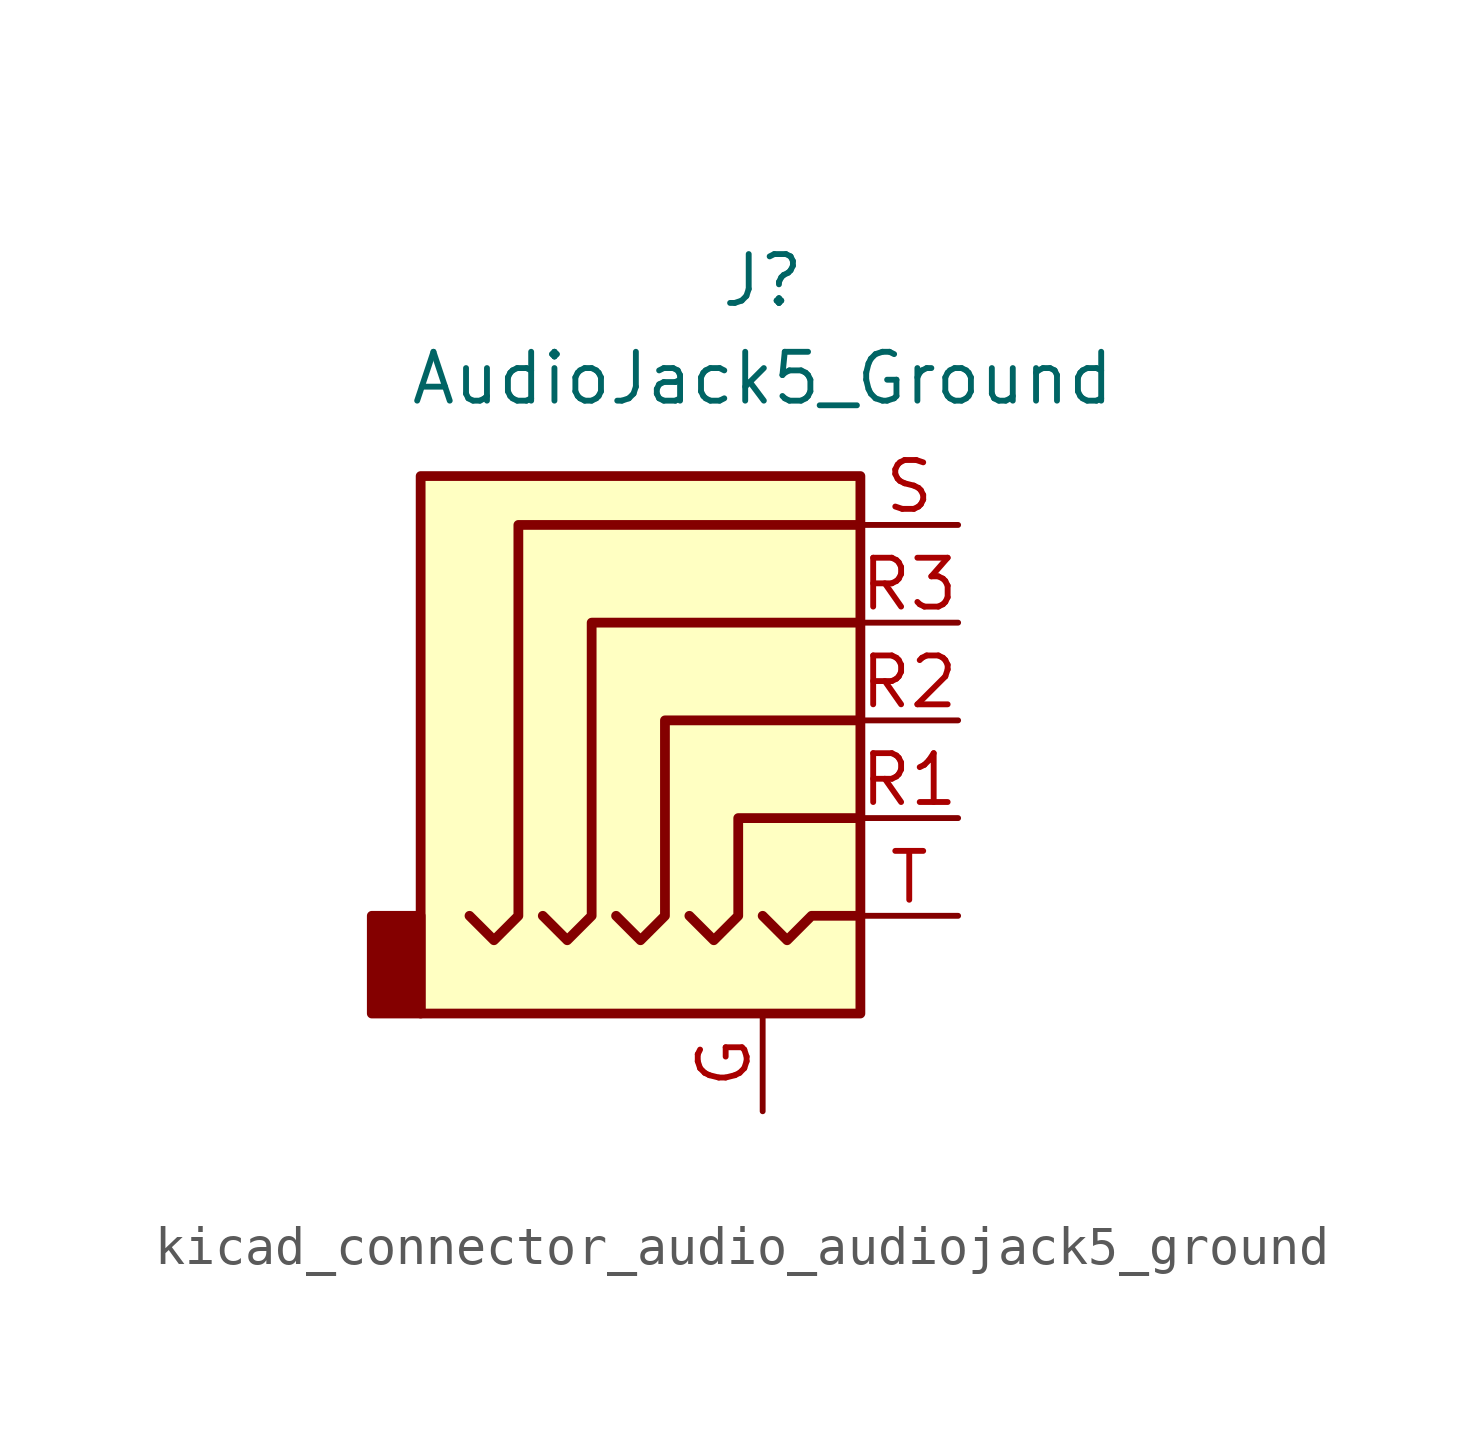
<source format=kicad_sym>
(kicad_symbol_lib
  (version 20220914)
  (generator kicad_symbol_editor)
  (symbol "kicad_connector_audio_audiojack5_ground"
    (property "Reference" "J"
      (at 0 11.43 0)
      (effects (font (size 1.27 1.27))))
    (property "Value" "AudioJack5_Ground"
      (at 0 8.89 0)
      (effects (font (size 1.27 1.27))))
    (symbol "kicad_connector_audio_audiojack5_ground_0_1"
      (rectangle (start -8.89 -5.08) (end -10.16 -7.62) (stroke (width 0.254) (type default)) (fill (type outline)))
      (polyline (pts (xy 0 -5.08) (xy 0.635 -5.715) (xy 1.27 -5.08) (xy 2.54 -5.08)) (stroke (width 0.254) (type default)) (fill (type none)))
      (polyline (pts (xy -5.715 -5.08) (xy -5.08 -5.715) (xy -4.445 -5.08) (xy -4.445 2.54) (xy 2.54 2.54)) (stroke (width 0.254) (type default)) (fill (type none)))
      (polyline (pts (xy -1.905 -5.08) (xy -1.27 -5.715) (xy -0.635 -5.08) (xy -0.635 -2.54) (xy 2.54 -2.54)) (stroke (width 0.254) (type default)) (fill (type none)))
      (polyline (pts (xy 2.54 0) (xy -2.54 0) (xy -2.54 -5.08) (xy -3.175 -5.715) (xy -3.81 -5.08)) (stroke (width 0.254) (type default)) (fill (type none)))
      (polyline (pts (xy 2.54 5.08) (xy -6.35 5.08) (xy -6.35 -5.08) (xy -6.985 -5.715) (xy -7.62 -5.08)) (stroke (width 0.254) (type default)) (fill (type none)))
      (rectangle (start 2.54 6.35) (end -8.89 -7.62) (stroke (width 0.254) (type default)) (fill (type background))))
    (symbol "kicad_connector_audio_audiojack5_ground_1_1"
      (pin passive line (at 0 -10.16 90) (length 2.54) (name "~" (effects (font (size 1.27 1.27)))) (number "G" (effects (font (size 1.27 1.27)))))
      (pin passive line (at 5.08 -2.54 180) (length 2.54) (name "~" (effects (font (size 1.27 1.27)))) (number "R1" (effects (font (size 1.27 1.27)))))
      (pin passive line (at 5.08 0 180) (length 2.54) (name "~" (effects (font (size 1.27 1.27)))) (number "R2" (effects (font (size 1.27 1.27)))))
      (pin passive line (at 5.08 2.54 180) (length 2.54) (name "~" (effects (font (size 1.27 1.27)))) (number "R3" (effects (font (size 1.27 1.27)))))
      (pin passive line (at 5.08 5.08 180) (length 2.54) (name "~" (effects (font (size 1.27 1.27)))) (number "S" (effects (font (size 1.27 1.27)))))
      (pin passive line (at 5.08 -5.08 180) (length 2.54) (name "~" (effects (font (size 1.27 1.27)))) (number "T" (effects (font (size 1.27 1.27))))))))
</source>
